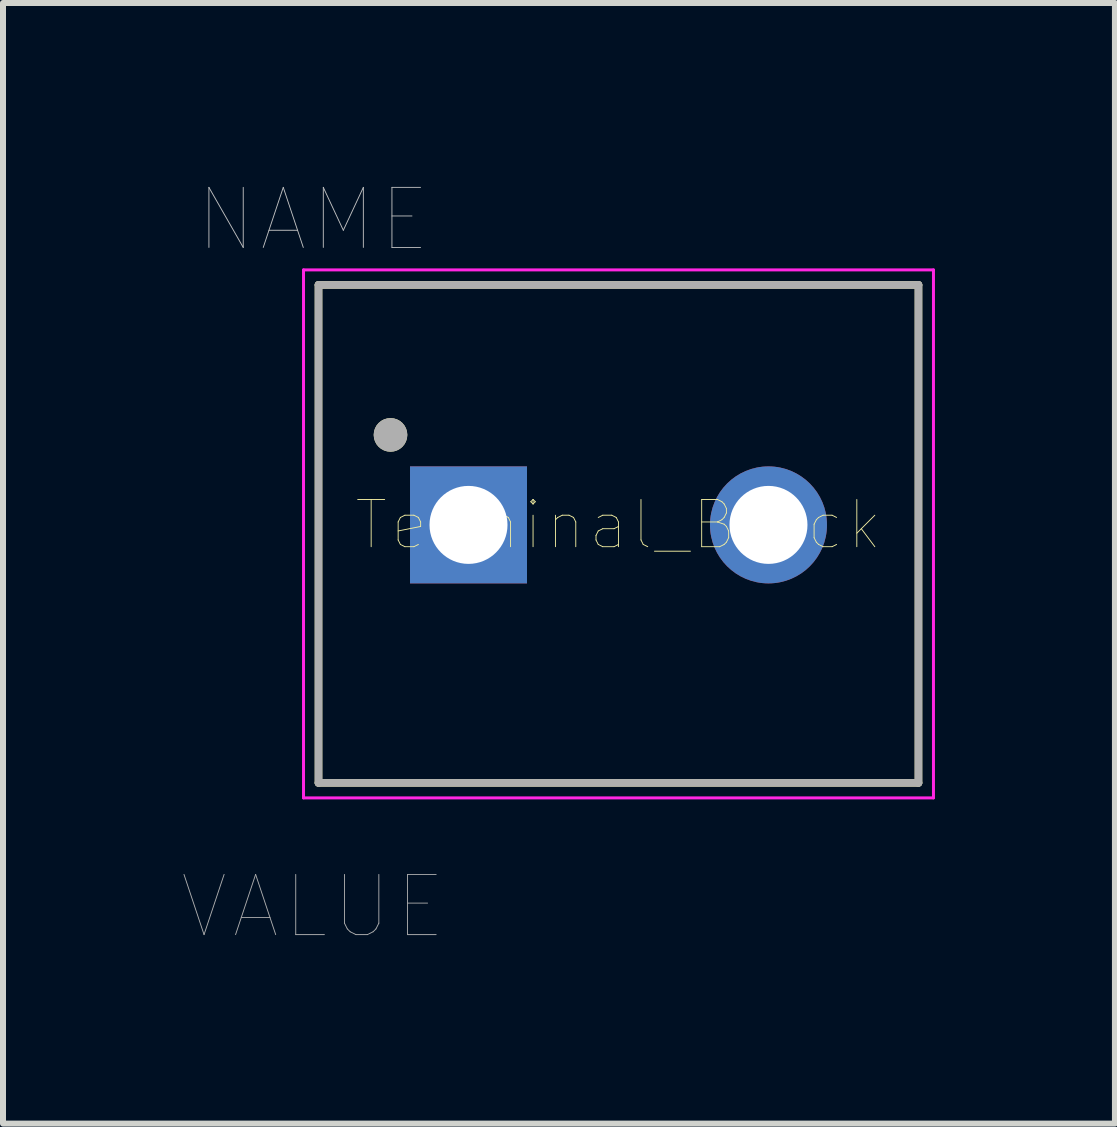
<source format=kicad_pcb>
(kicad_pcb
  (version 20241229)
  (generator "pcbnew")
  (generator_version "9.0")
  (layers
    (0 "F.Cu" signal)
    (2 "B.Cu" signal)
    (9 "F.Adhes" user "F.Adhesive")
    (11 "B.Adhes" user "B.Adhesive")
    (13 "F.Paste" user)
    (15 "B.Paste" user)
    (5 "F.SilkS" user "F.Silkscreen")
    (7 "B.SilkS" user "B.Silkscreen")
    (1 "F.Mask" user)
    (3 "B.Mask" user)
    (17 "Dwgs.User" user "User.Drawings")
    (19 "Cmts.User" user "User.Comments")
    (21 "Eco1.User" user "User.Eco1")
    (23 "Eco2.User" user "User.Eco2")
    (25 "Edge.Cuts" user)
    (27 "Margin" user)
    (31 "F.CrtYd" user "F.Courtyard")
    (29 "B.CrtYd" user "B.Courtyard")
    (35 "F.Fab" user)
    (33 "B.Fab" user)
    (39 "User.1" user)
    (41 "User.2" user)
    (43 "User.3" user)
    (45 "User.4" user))
  (footprint "Terminal_Block"
    (layer "F.Cu")
    (at 7.259 5.699)
    (property "Reference" "Terminal_Block" (at 0 0 0) (layer "F.SilkS") (effects (font (size 0.787 0.787) (thickness 0.015))))
    (attr through_hole)
    (fp_line (start -5 -4) (end 5 -4) (stroke (width 0.127) (type solid)) (layer "F.SilkS"))
    (fp_line (start -5 4.3) (end -5 -4) (stroke (width 0.127) (type solid)) (layer "F.SilkS"))
    (fp_line (start 5 -4) (end 5 4.3) (stroke (width 0.127) (type solid)) (layer "F.SilkS"))
    (fp_line (start 5 4.3) (end -5 4.3) (stroke (width 0.127) (type solid)) (layer "F.SilkS"))
    (fp_circle (center -3.8 -1.5) (end -3.66 -1.5) (stroke (width 0.28) (type solid)) (fill no) (layer "F.SilkS"))
    (fp_line (start -5.25 -4.25) (end 5.25 -4.25) (stroke (width 0.05) (type solid)) (layer "F.CrtYd"))
    (fp_line (start -5.25 4.55) (end -5.25 -4.25) (stroke (width 0.05) (type solid)) (layer "F.CrtYd"))
    (fp_line (start 5.25 -4.25) (end 5.25 4.55) (stroke (width 0.05) (type solid)) (layer "F.CrtYd"))
    (fp_line (start 5.25 4.55) (end -5.25 4.55) (stroke (width 0.05) (type solid)) (layer "F.CrtYd"))
    (fp_line (start -5 -4) (end 5 -4) (stroke (width 0.127) (type solid)) (layer "F.Fab"))
    (fp_line (start -5 4.3) (end -5 -4) (stroke (width 0.127) (type solid)) (layer "F.Fab"))
    (fp_line (start 5 -4) (end 5 4.3) (stroke (width 0.127) (type solid)) (layer "F.Fab"))
    (fp_line (start 5 4.3) (end -5 4.3) (stroke (width 0.127) (type solid)) (layer "F.Fab"))
    (fp_circle (center -3.8 -1.5) (end -3.66 -1.5) (stroke (width 0.28) (type solid)) (fill no) (layer "F.Fab"))
    (fp_text user "NAME" (at -5.087 -5.087 0) (layer "Dwgs.User") (effects (font (size 1.001 1.001) (thickness 0.015))))
    (fp_text user "VALUE" (at -5.093 6.366 0) (layer "F.Fab") (effects (font (size 1.003 1.003) (thickness 0.015))))
    (pad "1" thru_hole rect (at -2.5 0) (size 1.95 1.95) (drill 1.3) (layers "*.Cu" "*.Mask"))
    (pad "2" thru_hole circle (at 2.5 0) (size 1.95 1.95) (drill 1.3) (layers "*.Cu" "*.Mask")))
  (gr_rect
    (start -3 -3)
    (end 15.534 15.678)
    (stroke (width 0.1) (type default))
    (fill no)
    (layer "Edge.Cuts")))
</source>
